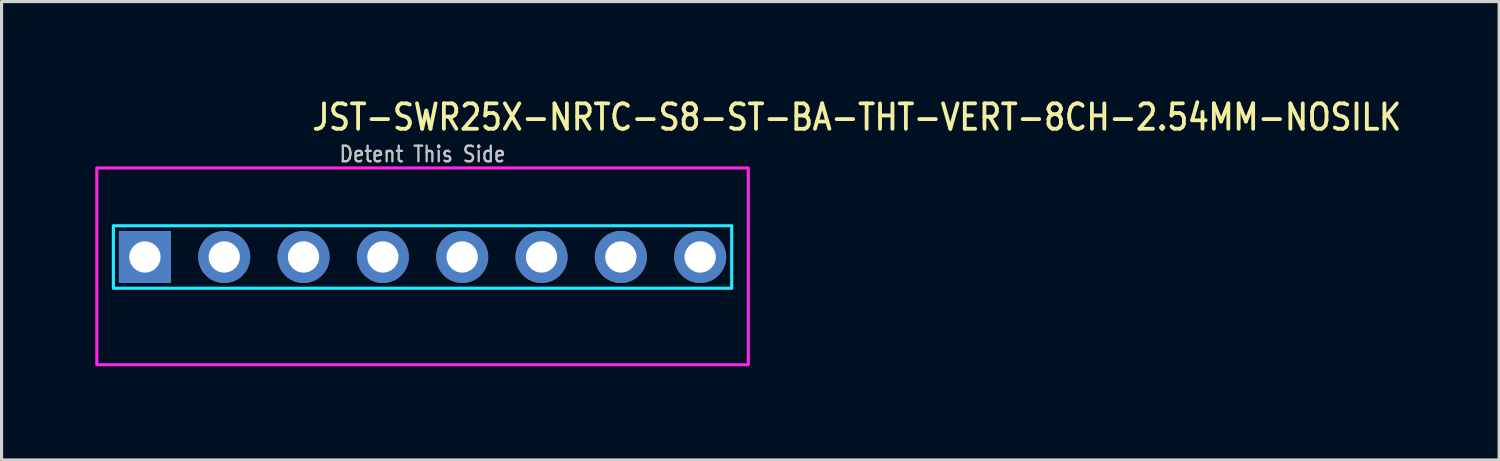
<source format=kicad_pcb>
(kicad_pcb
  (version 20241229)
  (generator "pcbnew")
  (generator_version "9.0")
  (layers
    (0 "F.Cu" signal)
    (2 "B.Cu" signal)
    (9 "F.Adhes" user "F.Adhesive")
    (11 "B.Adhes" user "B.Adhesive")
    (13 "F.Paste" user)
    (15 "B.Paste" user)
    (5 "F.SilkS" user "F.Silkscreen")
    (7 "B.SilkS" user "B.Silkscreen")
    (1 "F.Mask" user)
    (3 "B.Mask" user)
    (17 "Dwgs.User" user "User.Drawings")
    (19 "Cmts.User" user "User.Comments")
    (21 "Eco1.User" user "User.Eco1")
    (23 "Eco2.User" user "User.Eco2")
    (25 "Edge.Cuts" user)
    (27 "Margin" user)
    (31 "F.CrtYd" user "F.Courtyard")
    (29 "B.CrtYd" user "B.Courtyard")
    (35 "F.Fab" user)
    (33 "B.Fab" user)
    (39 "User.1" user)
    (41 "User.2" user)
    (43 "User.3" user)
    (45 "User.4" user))
  (footprint "JST-SWR25X-NRTC-S8-ST-BA-THT-VERT-8CH-2.54MM-NOSILK"
    (layer "F.Cu")
    (at 10.48 5.179)
    (property "Reference" "JST-SWR25X-NRTC-S8-ST-BA-THT-VERT-8CH-2.54MM-NOSILK" (at -3.6 -4 0) (unlocked yes) (layer "F.SilkS") (effects (font (size 0.813 0.695) (thickness 0.122)) (justify left bottom)))
    (fp_poly (pts (xy -9.9 -1) (xy -9.9 1) (xy 9.9 1) (xy 9.9 -1)) (stroke (width 0.1) (type solid)) (fill no) (layer "B.CrtYd"))
    (fp_poly (pts (xy -10.43 -2.85) (xy -10.43 3.45) (xy 10.43 3.45) (xy 10.43 -2.85)) (stroke (width 0.1) (type solid)) (fill no) (layer "F.CrtYd"))
    (fp_text user "Detent This Side" (at 0 -3 0) (unlocked yes) (layer "Dwgs.User") (effects (font (size 0.5 0.427) (thickness 0.075)) (justify bottom)))
    (pad "P$1" thru_hole rect (at -8.89 0) (size 1.667 1.667) (drill 1) (layers "*.Cu" "*.Mask"))
    (pad "P$2" thru_hole oval (at -6.35 0) (size 1.667 1.667) (drill 1) (layers "*.Cu" "*.Mask"))
    (pad "P$3" thru_hole oval (at -3.81 0) (size 1.667 1.667) (drill 1) (layers "*.Cu" "*.Mask"))
    (pad "P$4" thru_hole oval (at -1.27 0) (size 1.667 1.667) (drill 1) (layers "*.Cu" "*.Mask"))
    (pad "P$5" thru_hole oval (at 1.27 0) (size 1.667 1.667) (drill 1) (layers "*.Cu" "*.Mask"))
    (pad "P$6" thru_hole oval (at 3.81 0) (size 1.667 1.667) (drill 1) (layers "*.Cu" "*.Mask"))
    (pad "P$7" thru_hole oval (at 6.35 0) (size 1.667 1.667) (drill 1) (layers "*.Cu" "*.Mask"))
    (pad "P$8" thru_hole oval (at 8.89 0) (size 1.667 1.667) (drill 1) (layers "*.Cu" "*.Mask")))
  (gr_rect
    (start -3 -3)
    (end 44.953 11.679)
    (stroke (width 0.1) (type default))
    (fill no)
    (layer "Edge.Cuts")))
</source>
